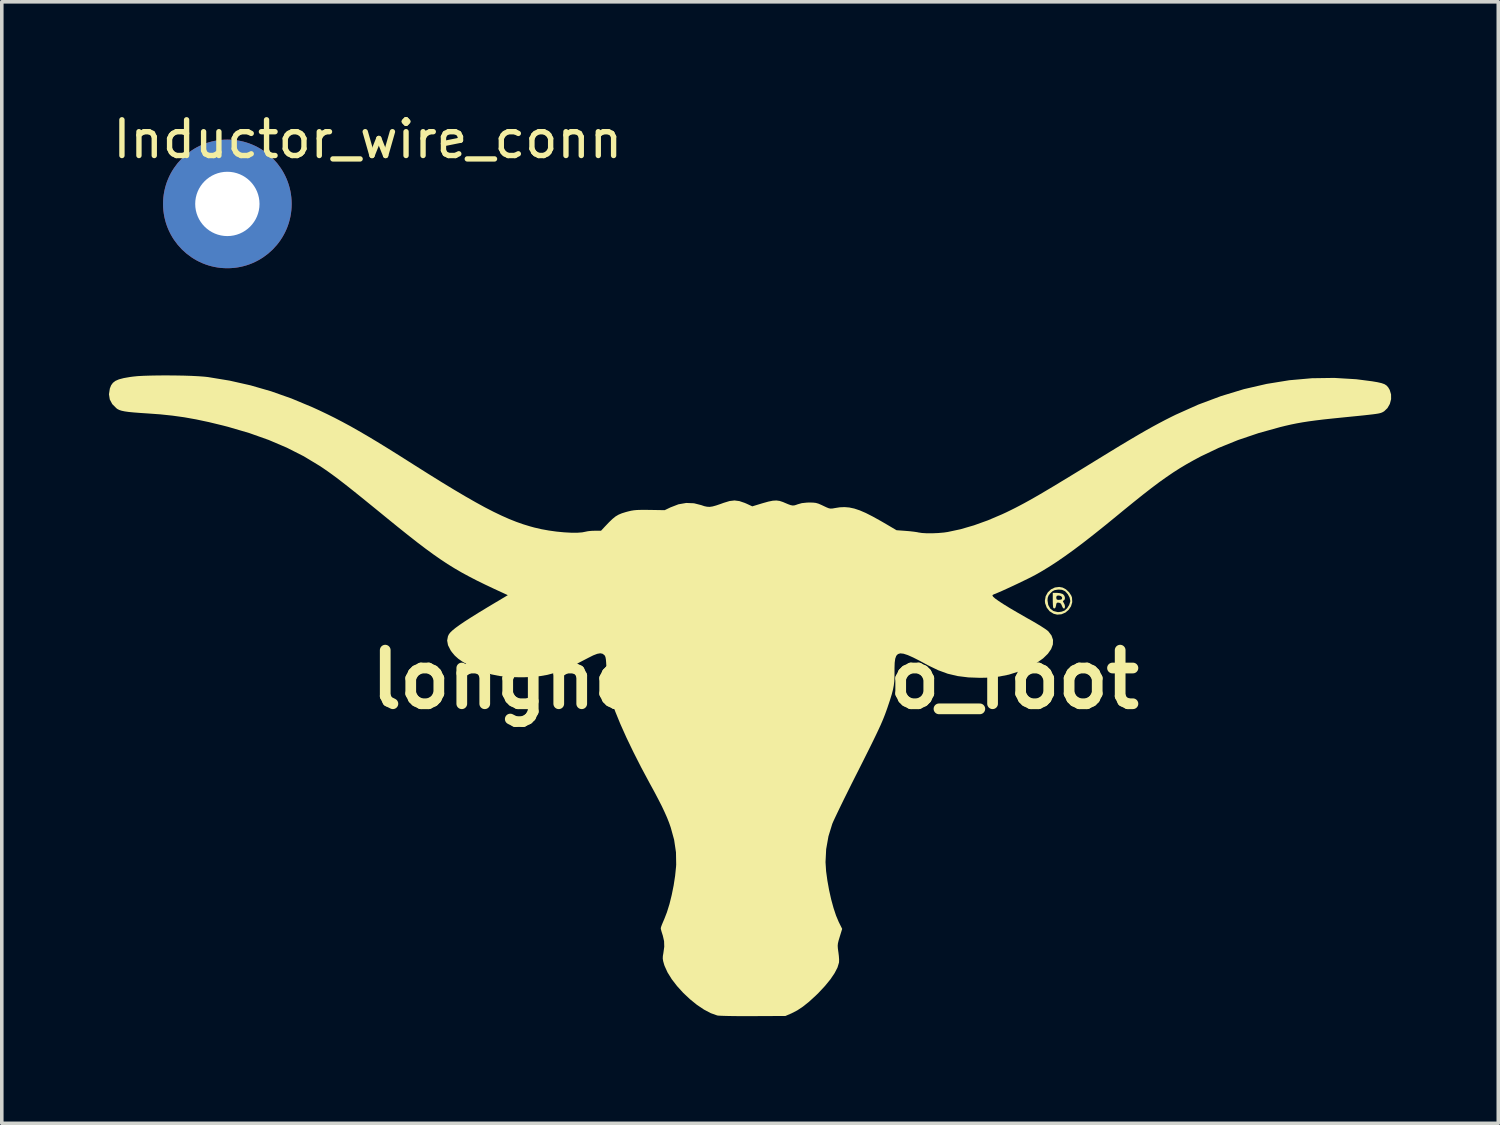
<source format=kicad_pcb>
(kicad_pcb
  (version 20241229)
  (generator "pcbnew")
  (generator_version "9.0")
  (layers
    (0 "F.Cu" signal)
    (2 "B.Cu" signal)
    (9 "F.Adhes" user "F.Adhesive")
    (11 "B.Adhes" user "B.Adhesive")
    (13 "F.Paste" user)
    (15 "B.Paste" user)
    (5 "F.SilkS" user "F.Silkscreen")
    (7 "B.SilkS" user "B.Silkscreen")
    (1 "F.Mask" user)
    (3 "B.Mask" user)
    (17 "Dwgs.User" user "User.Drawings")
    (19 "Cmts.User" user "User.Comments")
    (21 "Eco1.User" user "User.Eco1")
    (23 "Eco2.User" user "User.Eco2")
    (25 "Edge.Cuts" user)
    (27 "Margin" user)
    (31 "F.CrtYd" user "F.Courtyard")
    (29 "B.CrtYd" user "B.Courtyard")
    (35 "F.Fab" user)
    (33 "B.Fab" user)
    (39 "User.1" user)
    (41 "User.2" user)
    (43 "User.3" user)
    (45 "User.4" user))
  (footprint "longhorn_logo_foot"
    (layer "F.Cu")
    (at 18.09 15.97)
    (property "Reference" "longhorn_logo_foot" (at 0 0 0) (layer "F.SilkS") (effects (font (size 1.5 1.5) (thickness 0.3))))
    (attr board_only exclude_from_pos_files exclude_from_bom)
    (fp_poly (pts (xy 8.531 -2.417) (xy 8.601 -2.395) (xy 8.616 -2.387) (xy 8.655 -2.34) (xy 8.67 -2.282) (xy 8.658 -2.233) (xy 8.634 -2.213) (xy 8.611 -2.198) (xy 8.619 -2.17) (xy 8.634 -2.148) (xy 8.662 -2.09) (xy 8.67 -2.033) (xy 8.658 -1.993) (xy 8.639 -1.984) (xy 8.612 -2.005) (xy 8.586 -2.056) (xy 8.584 -2.064) (xy 8.556 -2.124) (xy 8.509 -2.149) (xy 8.495 -2.151) (xy 8.449 -2.15) (xy 8.428 -2.123) (xy 8.421 -2.079) (xy 8.405 -2.016) (xy 8.377 -1.988) (xy 8.345 -2) (xy 8.337 -2.031) (xy 8.331 -2.098) (xy 8.328 -2.188) (xy 8.328 -2.221) (xy 8.328 -2.29) (xy 8.426 -2.29) (xy 8.434 -2.246) (xy 8.468 -2.23) (xy 8.498 -2.229) (xy 8.554 -2.236) (xy 8.584 -2.251) (xy 8.59 -2.297) (xy 8.558 -2.335) (xy 8.5 -2.351) (xy 8.497 -2.351) (xy 8.445 -2.344) (xy 8.427 -2.314) (xy 8.426 -2.29) (xy 8.328 -2.29) (xy 8.328 -2.425) (xy 8.445 -2.425)) (stroke (width 0) (type solid)) (fill yes) (layer "F.SilkS"))
    (fp_poly (pts (xy 8.605 -2.573) (xy 8.698 -2.523) (xy 8.784 -2.442) (xy 8.846 -2.348) (xy 8.866 -2.293) (xy 8.873 -2.166) (xy 8.839 -2.05) (xy 8.772 -1.95) (xy 8.681 -1.873) (xy 8.571 -1.826) (xy 8.452 -1.816) (xy 8.352 -1.84) (xy 8.241 -1.909) (xy 8.159 -2.011) (xy 8.114 -2.134) (xy 8.107 -2.204) (xy 8.109 -2.215) (xy 8.181 -2.215) (xy 8.201 -2.086) (xy 8.257 -1.985) (xy 8.346 -1.917) (xy 8.462 -1.888) (xy 8.487 -1.887) (xy 8.573 -1.898) (xy 8.653 -1.928) (xy 8.66 -1.932) (xy 8.73 -1.996) (xy 8.786 -2.086) (xy 8.816 -2.179) (xy 8.818 -2.204) (xy 8.799 -2.294) (xy 8.749 -2.387) (xy 8.683 -2.462) (xy 8.66 -2.478) (xy 8.588 -2.51) (xy 8.502 -2.517) (xy 8.464 -2.515) (xy 8.379 -2.501) (xy 8.318 -2.469) (xy 8.262 -2.416) (xy 8.209 -2.349) (xy 8.186 -2.285) (xy 8.181 -2.215) (xy 8.109 -2.215) (xy 8.129 -2.331) (xy 8.189 -2.439) (xy 8.278 -2.523) (xy 8.388 -2.576) (xy 8.509 -2.591)) (stroke (width 0) (type solid)) (fill yes) (layer "F.SilkS"))
    (fp_poly (pts (xy -16.232 -8.51) (xy -15.999 -8.506) (xy -15.781 -8.499) (xy -15.586 -8.489) (xy -15.422 -8.477) (xy -15.321 -8.466) (xy -14.713 -8.366) (xy -14.128 -8.234) (xy -13.553 -8.068) (xy -12.981 -7.866) (xy -12.399 -7.623) (xy -12.202 -7.533) (xy -11.986 -7.43) (xy -11.772 -7.324) (xy -11.556 -7.211) (xy -11.333 -7.091) (xy -11.099 -6.958) (xy -10.848 -6.812) (xy -10.576 -6.649) (xy -10.278 -6.466) (xy -9.95 -6.261) (xy -9.587 -6.031) (xy -9.565 -6.017) (xy -9.151 -5.756) (xy -8.775 -5.522) (xy -8.431 -5.313) (xy -8.118 -5.128) (xy -7.831 -4.964) (xy -7.569 -4.82) (xy -7.326 -4.695) (xy -7.101 -4.587) (xy -6.889 -4.493) (xy -6.688 -4.413) (xy -6.495 -4.345) (xy -6.305 -4.287) (xy -6.185 -4.254) (xy -5.987 -4.208) (xy -5.776 -4.17) (xy -5.562 -4.14) (xy -5.353 -4.12) (xy -5.157 -4.109) (xy -4.984 -4.108) (xy -4.842 -4.119) (xy -4.752 -4.137) (xy -4.683 -4.151) (xy -4.587 -4.161) (xy -4.492 -4.164) (xy -4.317 -4.164) (xy -4.21 -4.279) (xy -4.092 -4.403) (xy -3.996 -4.495) (xy -3.911 -4.564) (xy -3.826 -4.614) (xy -3.733 -4.653) (xy -3.62 -4.688) (xy -3.556 -4.705) (xy -3.475 -4.724) (xy -3.395 -4.737) (xy -3.305 -4.745) (xy -3.195 -4.748) (xy -3.052 -4.748) (xy -2.951 -4.747) (xy -2.535 -4.74) (xy -2.375 -4.817) (xy -2.15 -4.904) (xy -1.931 -4.942) (xy -1.715 -4.933) (xy -1.514 -4.882) (xy -1.425 -4.852) (xy -1.349 -4.836) (xy -1.275 -4.832) (xy -1.194 -4.844) (xy -1.093 -4.872) (xy -0.964 -4.916) (xy -0.882 -4.946) (xy -0.721 -4.995) (xy -0.581 -5.012) (xy -0.444 -4.994) (xy -0.294 -4.943) (xy -0.243 -4.921) (xy -0.083 -4.847) (xy 0.21 -4.936) (xy 0.367 -4.98) (xy 0.491 -5.005) (xy 0.593 -5.011) (xy 0.685 -4.998) (xy 0.779 -4.967) (xy 0.808 -4.954) (xy 0.917 -4.908) (xy 0.994 -4.88) (xy 1.053 -4.87) (xy 1.105 -4.876) (xy 1.164 -4.895) (xy 1.187 -4.904) (xy 1.304 -4.937) (xy 1.446 -4.952) (xy 1.512 -4.954) (xy 1.617 -4.952) (xy 1.696 -4.943) (xy 1.77 -4.922) (xy 1.857 -4.884) (xy 1.901 -4.863) (xy 1.994 -4.819) (xy 2.059 -4.793) (xy 2.11 -4.784) (xy 2.164 -4.787) (xy 2.225 -4.798) (xy 2.364 -4.82) (xy 2.498 -4.826) (xy 2.632 -4.815) (xy 2.773 -4.785) (xy 2.926 -4.734) (xy 3.097 -4.66) (xy 3.291 -4.561) (xy 3.516 -4.436) (xy 3.661 -4.352) (xy 3.954 -4.179) (xy 4.212 -4.16) (xy 4.331 -4.15) (xy 4.443 -4.137) (xy 4.532 -4.124) (xy 4.568 -4.116) (xy 4.668 -4.101) (xy 4.802 -4.093) (xy 4.958 -4.093) (xy 5.122 -4.1) (xy 5.282 -4.114) (xy 5.39 -4.13) (xy 5.745 -4.206) (xy 6.123 -4.316) (xy 6.513 -4.456) (xy 6.907 -4.624) (xy 7.03 -4.681) (xy 7.155 -4.742) (xy 7.277 -4.803) (xy 7.4 -4.867) (xy 7.528 -4.935) (xy 7.664 -5.01) (xy 7.811 -5.093) (xy 7.974 -5.187) (xy 8.155 -5.294) (xy 8.359 -5.415) (xy 8.588 -5.554) (xy 8.847 -5.711) (xy 9.139 -5.889) (xy 9.467 -6.091) (xy 9.611 -6.179) (xy 9.937 -6.379) (xy 10.226 -6.555) (xy 10.484 -6.709) (xy 10.716 -6.846) (xy 10.926 -6.967) (xy 11.119 -7.075) (xy 11.3 -7.173) (xy 11.475 -7.265) (xy 11.647 -7.352) (xy 11.769 -7.412) (xy 12.401 -7.695) (xy 13.038 -7.933) (xy 13.676 -8.127) (xy 14.314 -8.274) (xy 14.949 -8.377) (xy 15.581 -8.433) (xy 16.206 -8.442) (xy 16.822 -8.405) (xy 17.263 -8.348) (xy 17.416 -8.322) (xy 17.53 -8.296) (xy 17.612 -8.267) (xy 17.671 -8.229) (xy 17.716 -8.179) (xy 17.755 -8.113) (xy 17.759 -8.106) (xy 17.797 -7.981) (xy 17.798 -7.846) (xy 17.763 -7.714) (xy 17.697 -7.598) (xy 17.604 -7.508) (xy 17.566 -7.486) (xy 17.54 -7.473) (xy 17.512 -7.463) (xy 17.477 -7.453) (xy 17.429 -7.443) (xy 17.365 -7.433) (xy 17.28 -7.422) (xy 17.167 -7.409) (xy 17.024 -7.393) (xy 16.845 -7.375) (xy 16.625 -7.353) (xy 16.456 -7.336) (xy 16.161 -7.306) (xy 15.907 -7.279) (xy 15.687 -7.252) (xy 15.494 -7.226) (xy 15.32 -7.199) (xy 15.158 -7.17) (xy 15 -7.138) (xy 14.838 -7.101) (xy 14.688 -7.064) (xy 14.088 -6.897) (xy 13.514 -6.703) (xy 12.973 -6.484) (xy 12.477 -6.248) (xy 12.275 -6.14) (xy 12.082 -6.032) (xy 11.894 -5.92) (xy 11.706 -5.8) (xy 11.512 -5.668) (xy 11.308 -5.523) (xy 11.09 -5.359) (xy 10.852 -5.174) (xy 10.59 -4.964) (xy 10.298 -4.727) (xy 10.165 -4.617) (xy 9.809 -4.326) (xy 9.485 -4.067) (xy 9.189 -3.836) (xy 8.916 -3.63) (xy 8.663 -3.448) (xy 8.427 -3.286) (xy 8.202 -3.141) (xy 7.987 -3.011) (xy 7.843 -2.93) (xy 7.754 -2.883) (xy 7.637 -2.824) (xy 7.499 -2.757) (xy 7.35 -2.685) (xy 7.197 -2.613) (xy 7.05 -2.545) (xy 6.916 -2.484) (xy 6.803 -2.435) (xy 6.721 -2.4) (xy 6.689 -2.389) (xy 6.648 -2.368) (xy 6.638 -2.352) (xy 6.657 -2.319) (xy 6.715 -2.267) (xy 6.813 -2.197) (xy 6.952 -2.106) (xy 7.131 -1.996) (xy 7.353 -1.866) (xy 7.618 -1.714) (xy 7.752 -1.639) (xy 7.88 -1.564) (xy 8 -1.491) (xy 8.102 -1.425) (xy 8.176 -1.372) (xy 8.205 -1.347) (xy 8.293 -1.231) (xy 8.335 -1.109) (xy 8.331 -0.981) (xy 8.282 -0.851) (xy 8.191 -0.721) (xy 8.058 -0.592) (xy 7.885 -0.469) (xy 7.673 -0.352) (xy 7.653 -0.342) (xy 7.374 -0.223) (xy 7.101 -0.137) (xy 6.821 -0.081) (xy 6.52 -0.052) (xy 6.295 -0.047) (xy 5.965 -0.059) (xy 5.666 -0.096) (xy 5.388 -0.162) (xy 5.12 -0.26) (xy 4.848 -0.391) (xy 4.825 -0.403) (xy 4.603 -0.524) (xy 4.419 -0.617) (xy 4.269 -0.684) (xy 4.151 -0.722) (xy 4.06 -0.732) (xy 3.994 -0.712) (xy 3.947 -0.663) (xy 3.918 -0.582) (xy 3.903 -0.471) (xy 3.898 -0.326) (xy 3.898 -0.217) (xy 3.897 -0.075) (xy 3.892 0.049) (xy 3.878 0.165) (xy 3.855 0.285) (xy 3.82 0.418) (xy 3.772 0.574) (xy 3.708 0.765) (xy 3.699 0.792) (xy 3.665 0.888) (xy 3.631 0.981) (xy 3.594 1.075) (xy 3.553 1.174) (xy 3.506 1.282) (xy 3.45 1.403) (xy 3.384 1.543) (xy 3.306 1.704) (xy 3.214 1.891) (xy 3.105 2.109) (xy 2.979 2.361) (xy 2.832 2.652) (xy 2.809 2.697) (xy 2.695 2.923) (xy 2.586 3.143) (xy 2.483 3.35) (xy 2.39 3.541) (xy 2.309 3.709) (xy 2.242 3.85) (xy 2.191 3.959) (xy 2.16 4.03) (xy 2.156 4.04) (xy 2.049 4.389) (xy 1.985 4.749) (xy 1.967 5.111) (xy 1.983 5.364) (xy 2.019 5.628) (xy 2.067 5.894) (xy 2.125 6.153) (xy 2.191 6.395) (xy 2.262 6.609) (xy 2.336 6.785) (xy 2.345 6.803) (xy 2.433 6.98) (xy 2.364 7.204) (xy 2.332 7.31) (xy 2.314 7.387) (xy 2.308 7.452) (xy 2.312 7.522) (xy 2.324 7.614) (xy 2.327 7.631) (xy 2.34 7.738) (xy 2.347 7.838) (xy 2.345 7.913) (xy 2.344 7.923) (xy 2.303 8.06) (xy 2.222 8.217) (xy 2.105 8.391) (xy 1.953 8.577) (xy 1.77 8.773) (xy 1.693 8.848) (xy 1.505 9.02) (xy 1.336 9.155) (xy 1.177 9.261) (xy 1.02 9.342) (xy 0.995 9.353) (xy 0.845 9.418) (xy -0.061 9.422) (xy -0.274 9.423) (xy -0.474 9.422) (xy -0.654 9.42) (xy -0.81 9.417) (xy -0.934 9.413) (xy -1.02 9.409) (xy -1.063 9.404) (xy -1.243 9.34) (xy -1.435 9.239) (xy -1.633 9.106) (xy -1.829 8.947) (xy -2.016 8.771) (xy -2.188 8.582) (xy -2.337 8.389) (xy -2.456 8.197) (xy -2.539 8.014) (xy -2.551 7.977) (xy -2.578 7.882) (xy -2.589 7.81) (xy -2.586 7.74) (xy -2.572 7.659) (xy -2.547 7.48) (xy -2.552 7.323) (xy -2.587 7.169) (xy -2.596 7.142) (xy -2.622 7.06) (xy -2.64 6.993) (xy -2.645 6.962) (xy -2.636 6.925) (xy -2.61 6.855) (xy -2.572 6.765) (xy -2.548 6.71) (xy -2.473 6.517) (xy -2.401 6.286) (xy -2.338 6.031) (xy -2.284 5.764) (xy -2.243 5.497) (xy -2.217 5.243) (xy -2.213 5.18) (xy -2.219 4.835) (xy -2.271 4.485) (xy -2.365 4.144) (xy -2.413 4.006) (xy -2.469 3.865) (xy -2.535 3.716) (xy -2.613 3.55) (xy -2.709 3.362) (xy -2.823 3.145) (xy -2.949 2.915) (xy -3.191 2.463) (xy -3.41 2.032) (xy -3.606 1.625) (xy -3.776 1.245) (xy -3.919 0.895) (xy -4.034 0.579) (xy -4.107 0.343) (xy -4.124 0.257) (xy -4.14 0.129) (xy -4.152 -0.032) (xy -4.161 -0.212) (xy -4.167 -0.368) (xy -4.174 -0.483) (xy -4.181 -0.564) (xy -4.191 -0.619) (xy -4.204 -0.656) (xy -4.221 -0.681) (xy -4.223 -0.683) (xy -4.274 -0.721) (xy -4.338 -0.734) (xy -4.423 -0.719) (xy -4.535 -0.676) (xy -4.672 -0.607) (xy -4.948 -0.464) (xy -5.192 -0.348) (xy -5.413 -0.255) (xy -5.62 -0.183) (xy -5.82 -0.13) (xy -6.022 -0.095) (xy -6.234 -0.073) (xy -6.465 -0.063) (xy -6.589 -0.062) (xy -6.885 -0.07) (xy -7.147 -0.097) (xy -7.387 -0.144) (xy -7.618 -0.216) (xy -7.853 -0.316) (xy -8.022 -0.401) (xy -8.185 -0.493) (xy -8.311 -0.58) (xy -8.41 -0.669) (xy -8.493 -0.768) (xy -8.528 -0.818) (xy -8.6 -0.96) (xy -8.624 -1.091) (xy -8.601 -1.212) (xy -8.574 -1.267) (xy -8.536 -1.316) (xy -8.475 -1.375) (xy -8.389 -1.445) (xy -8.276 -1.527) (xy -8.132 -1.625) (xy -7.954 -1.739) (xy -7.741 -1.872) (xy -7.489 -2.025) (xy -7.29 -2.144) (xy -6.926 -2.361) (xy -7.021 -2.405) (xy -7.303 -2.535) (xy -7.559 -2.656) (xy -7.794 -2.771) (xy -8.012 -2.884) (xy -8.219 -2.996) (xy -8.418 -3.112) (xy -8.615 -3.234) (xy -8.814 -3.366) (xy -9.019 -3.509) (xy -9.236 -3.668) (xy -9.469 -3.845) (xy -9.722 -4.044) (xy -10.001 -4.267) (xy -10.309 -4.517) (xy -10.496 -4.67) (xy -10.769 -4.892) (xy -11.008 -5.086) (xy -11.218 -5.255) (xy -11.403 -5.402) (xy -11.566 -5.529) (xy -11.712 -5.641) (xy -11.846 -5.74) (xy -11.97 -5.829) (xy -12.089 -5.911) (xy -12.199 -5.984) (xy -12.636 -6.248) (xy -13.109 -6.488) (xy -13.618 -6.705) (xy -14.167 -6.9) (xy -14.758 -7.073) (xy -14.91 -7.112) (xy -15.294 -7.205) (xy -15.647 -7.28) (xy -15.982 -7.34) (xy -16.313 -7.386) (xy -16.654 -7.422) (xy -16.986 -7.446) (xy -17.211 -7.461) (xy -17.393 -7.475) (xy -17.537 -7.489) (xy -17.649 -7.505) (xy -17.735 -7.523) (xy -17.8 -7.544) (xy -17.85 -7.569) (xy -17.88 -7.591) (xy -17.998 -7.709) (xy -18.067 -7.839) (xy -18.09 -7.984) (xy -18.066 -8.142) (xy -18.064 -8.149) (xy -18.03 -8.235) (xy -17.98 -8.304) (xy -17.909 -8.359) (xy -17.81 -8.402) (xy -17.677 -8.437) (xy -17.504 -8.467) (xy -17.415 -8.479) (xy -17.288 -8.492) (xy -17.12 -8.501) (xy -16.922 -8.507) (xy -16.702 -8.511) (xy -16.469 -8.512)) (stroke (width 0) (type solid)) (fill yes) (layer "F.SilkS")))
  (footprint "Inductor_wire_conn"
    (layer "F.Cu")
    (at 3.314 2.658)
    (property "Reference" "Inductor_wire_conn" (at 3.93 -1.81 0) (unlocked yes) (layer "F.SilkS") (effects (font (size 1 1) (thickness 0.15))))
    (attr through_hole)
    (pad "1" thru_hole circle (at 0 0) (size 3.6 3.6) (drill 1.8) (layers "*.Cu" "*.Mask")))
  (gr_rect
    (start -3 -3)
    (end 38.888 28.393)
    (stroke (width 0.1) (type default))
    (fill no)
    (layer "Edge.Cuts")))
</source>
